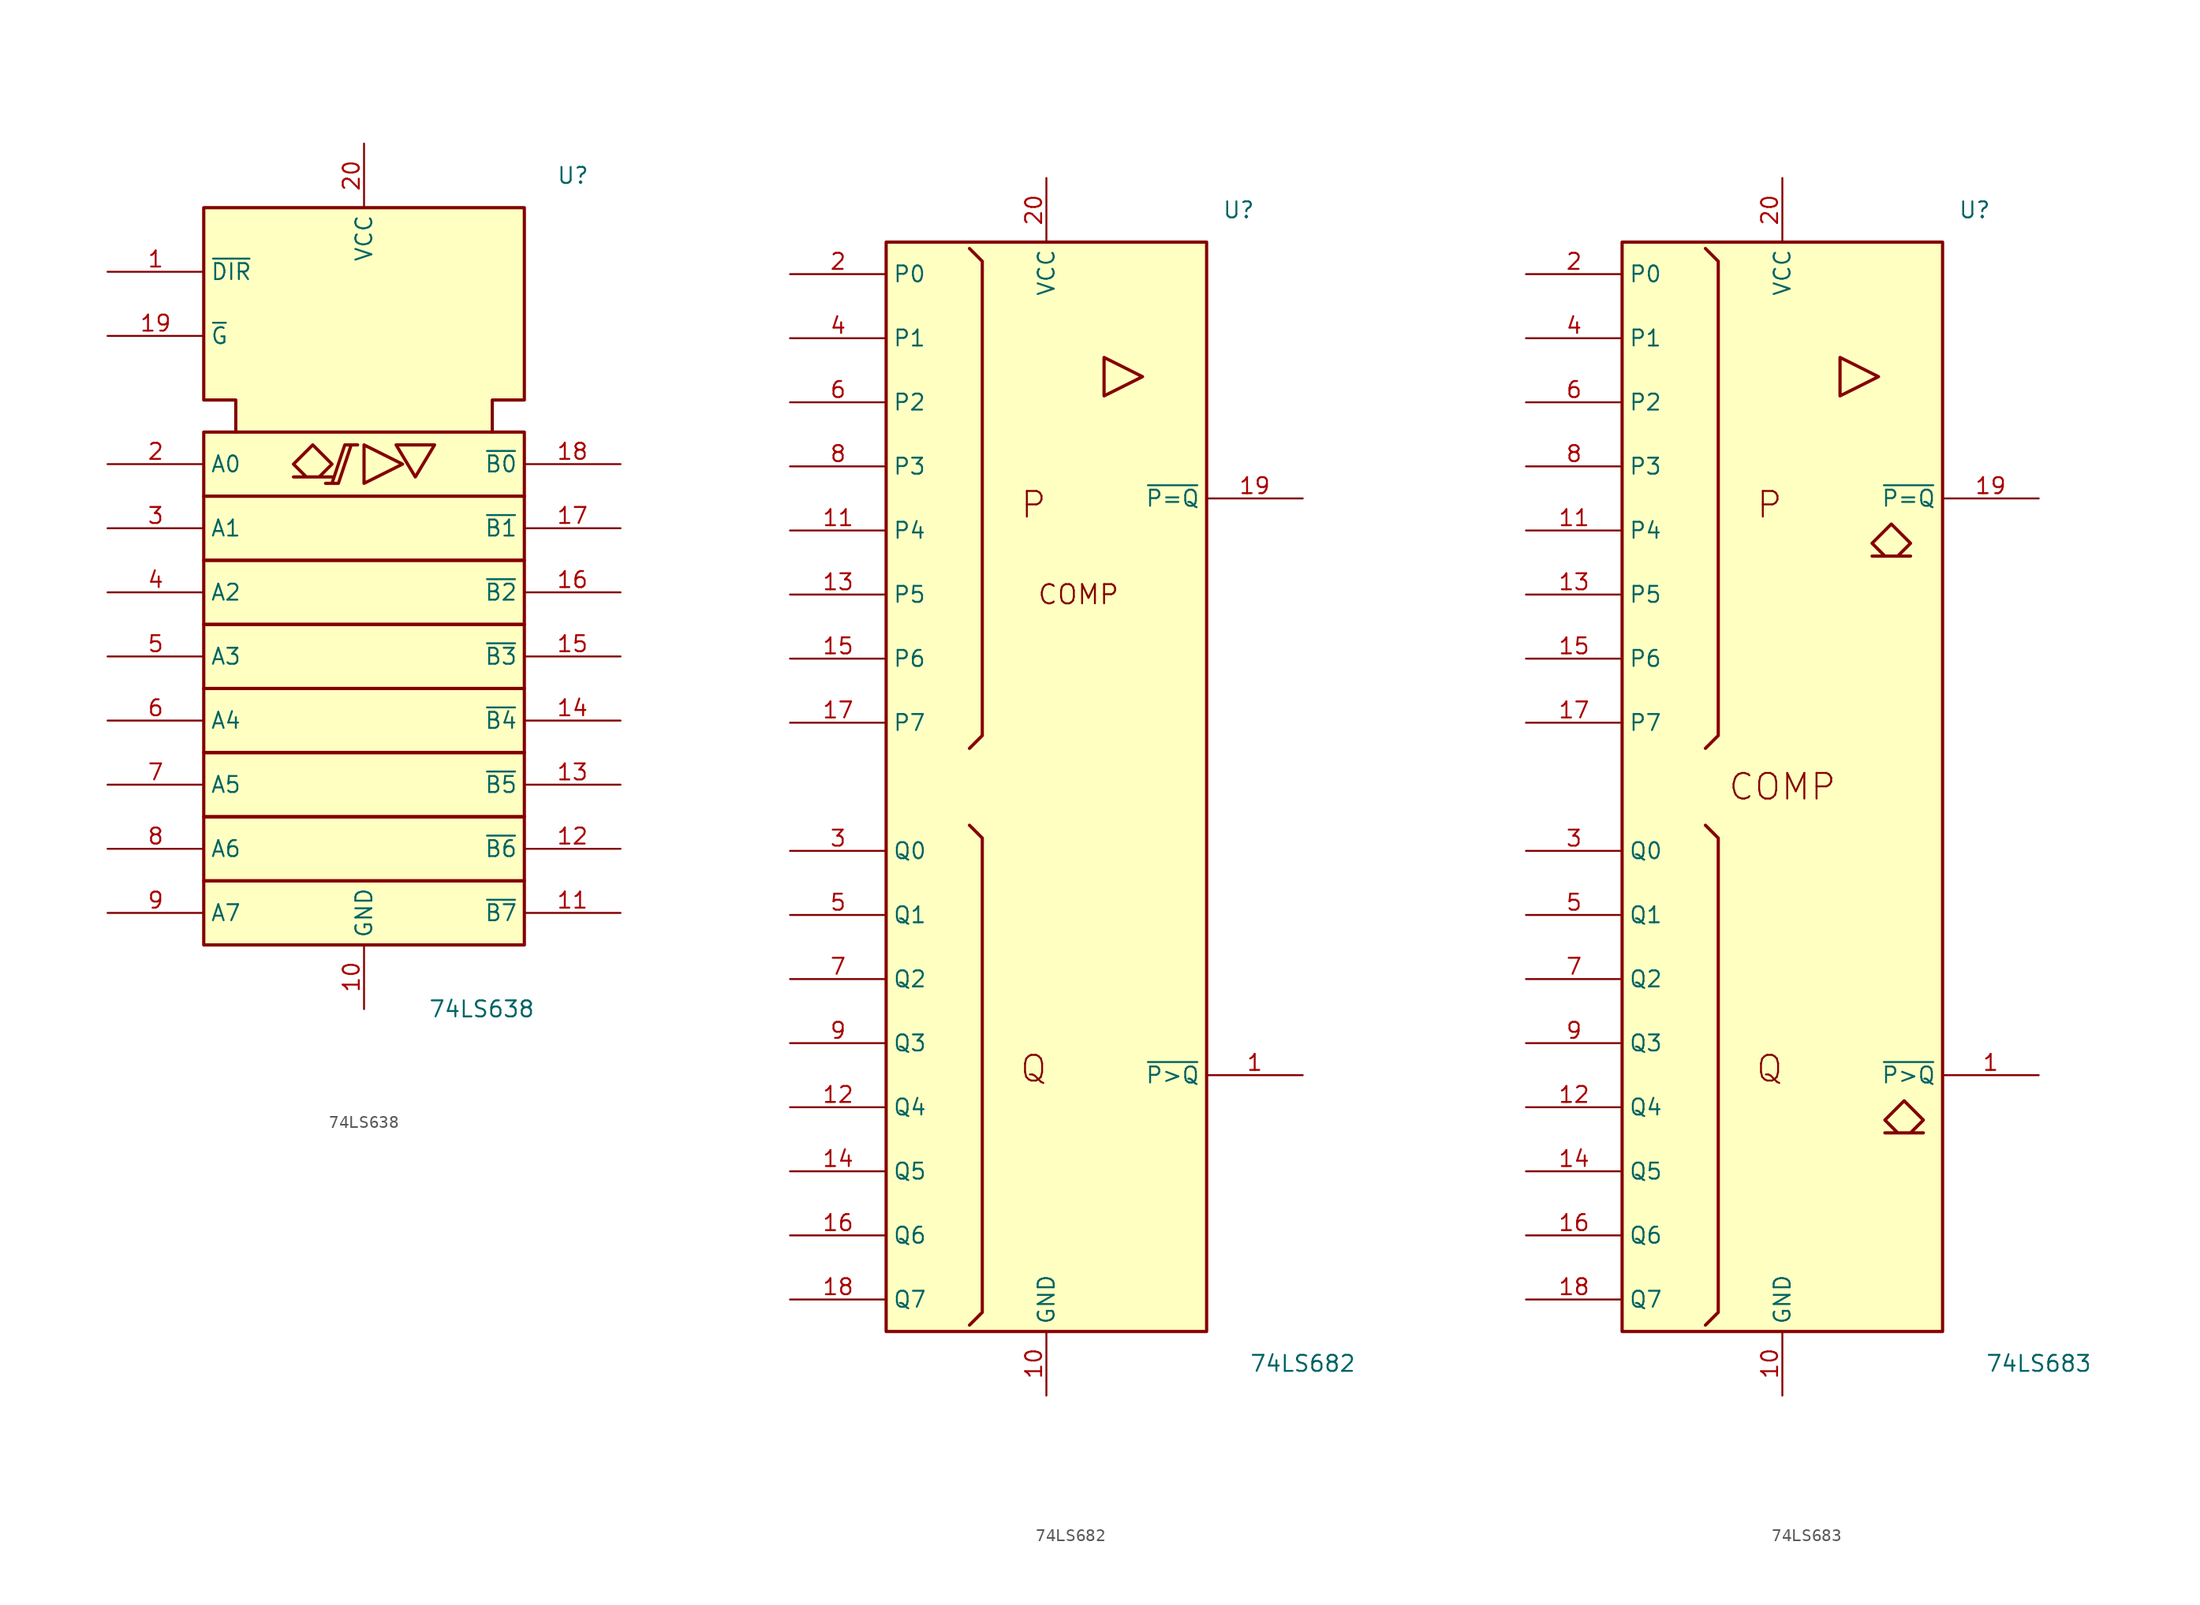
<source format=kicad_sym>
(kicad_symbol_lib
  (version 20231120)
  (generator "kicad_symbol_editor")
  (generator_version "8.0")
  (symbol "74LS638"
    (property "Reference" "U"
      (at 15.24 35.56 0)
      (effects (font (size 1.27 1.27)) (justify left)))
    (property "Value" "74LS638"
      (at 5.08 -30.48 0)
      (effects (font (size 1.27 1.27)) (justify left)))
    (symbol "74LS638_0_0"
      (polyline (pts (xy 0 14.224) (xy 0 11.176) (xy 3.048 12.7) (xy 0 14.224) (xy 0 14.224)) (stroke (width 0.254) (type default)) (fill (type background)))
      (polyline (pts (xy 2.54 14.224) (xy 5.588 14.224) (xy 4.064 11.684) (xy 2.54 14.224) (xy 2.54 14.224)) (stroke (width 0.254) (type default)) (fill (type background)))
      (polyline (pts (xy -3.048 11.176) (xy -2.032 11.176) (xy -1.016 14.224) (xy -0.508 14.224) (xy -1.524 14.224) (xy -2.54 11.176) (xy -2.54 11.176)) (stroke (width 0.254) (type default)) (fill (type background)))
      (polyline (pts (xy -4.064 14.224) (xy -5.588 12.7) (xy -4.572 11.684) (xy -5.588 11.684) (xy -2.54 11.684) (xy -3.556 11.684) (xy -2.54 12.7) (xy -4.064 14.224) (xy -4.064 14.224)) (stroke (width 0.254) (type default)) (fill (type background)))
      (pin power_in line (at 0 -30.48 90) (length 5.08) (name "GND" (effects (font (size 1.27 1.27)))) (number "10" (effects (font (size 1.27 1.27)))))
      (pin power_in line (at 0 38.1 270) (length 5.08) (name "VCC" (effects (font (size 1.27 1.27)))) (number "20" (effects (font (size 1.27 1.27))))))
    (symbol "74LS638_0_1"
      (rectangle (start -12.7 -20.32) (end 12.7 -25.4) (stroke (width 0.254) (type default)) (fill (type background)))
      (rectangle (start -12.7 -15.24) (end 12.7 -20.32) (stroke (width 0.254) (type default)) (fill (type background)))
      (rectangle (start -12.7 -10.16) (end 12.7 -15.24) (stroke (width 0.254) (type default)) (fill (type background)))
      (rectangle (start -12.7 -5.08) (end 12.7 -10.16) (stroke (width 0.254) (type default)) (fill (type background)))
      (rectangle (start -12.7 0) (end 12.7 -5.08) (stroke (width 0.254) (type default)) (fill (type background)))
      (rectangle (start -12.7 5.08) (end 12.7 0) (stroke (width 0.254) (type default)) (fill (type background)))
      (rectangle (start -12.7 10.16) (end 12.7 5.08) (stroke (width 0.254) (type default)) (fill (type background)))
      (rectangle (start -12.7 15.24) (end 12.7 10.16) (stroke (width 0.254) (type default)) (fill (type background)))
      (polyline (pts (xy -10.16 15.24) (xy -10.16 17.78) (xy -12.7 17.78) (xy -12.7 33.02) (xy 12.7 33.02) (xy 12.7 17.78) (xy 10.16 17.78) (xy 10.16 15.24) (xy 10.16 15.24)) (stroke (width 0.254) (type default)) (fill (type background))))
    (symbol "74LS638_1_1"
      (pin input line (at -20.32 27.94 0) (length 7.62) (name "~{DIR}" (effects (font (size 1.27 1.27)))) (number "1" (effects (font (size 1.27 1.27)))))
      (pin tri_state line (at 20.32 -22.86 180) (length 7.62) (name "~{B7}" (effects (font (size 1.27 1.27)))) (number "11" (effects (font (size 1.27 1.27)))))
      (pin tri_state line (at 20.32 -17.78 180) (length 7.62) (name "~{B6}" (effects (font (size 1.27 1.27)))) (number "12" (effects (font (size 1.27 1.27)))))
      (pin tri_state line (at 20.32 -12.7 180) (length 7.62) (name "~{B5}" (effects (font (size 1.27 1.27)))) (number "13" (effects (font (size 1.27 1.27)))))
      (pin tri_state line (at 20.32 -7.62 180) (length 7.62) (name "~{B4}" (effects (font (size 1.27 1.27)))) (number "14" (effects (font (size 1.27 1.27)))))
      (pin tri_state line (at 20.32 -2.54 180) (length 7.62) (name "~{B3}" (effects (font (size 1.27 1.27)))) (number "15" (effects (font (size 1.27 1.27)))))
      (pin tri_state line (at 20.32 2.54 180) (length 7.62) (name "~{B2}" (effects (font (size 1.27 1.27)))) (number "16" (effects (font (size 1.27 1.27)))))
      (pin tri_state line (at 20.32 7.62 180) (length 7.62) (name "~{B1}" (effects (font (size 1.27 1.27)))) (number "17" (effects (font (size 1.27 1.27)))))
      (pin tri_state line (at 20.32 12.7 180) (length 7.62) (name "~{B0}" (effects (font (size 1.27 1.27)))) (number "18" (effects (font (size 1.27 1.27)))))
      (pin input line (at -20.32 22.86 0) (length 7.62) (name "~{G}" (effects (font (size 1.27 1.27)))) (number "19" (effects (font (size 1.27 1.27)))))
      (pin tri_state line (at -20.32 12.7 0) (length 7.62) (name "A0" (effects (font (size 1.27 1.27)))) (number "2" (effects (font (size 1.27 1.27)))))
      (pin tri_state line (at -20.32 7.62 0) (length 7.62) (name "A1" (effects (font (size 1.27 1.27)))) (number "3" (effects (font (size 1.27 1.27)))))
      (pin tri_state line (at -20.32 2.54 0) (length 7.62) (name "A2" (effects (font (size 1.27 1.27)))) (number "4" (effects (font (size 1.27 1.27)))))
      (pin tri_state line (at -20.32 -2.54 0) (length 7.62) (name "A3" (effects (font (size 1.27 1.27)))) (number "5" (effects (font (size 1.27 1.27)))))
      (pin tri_state line (at -20.32 -7.62 0) (length 7.62) (name "A4" (effects (font (size 1.27 1.27)))) (number "6" (effects (font (size 1.27 1.27)))))
      (pin tri_state line (at -20.32 -12.7 0) (length 7.62) (name "A5" (effects (font (size 1.27 1.27)))) (number "7" (effects (font (size 1.27 1.27)))))
      (pin tri_state line (at -20.32 -17.78 0) (length 7.62) (name "A6" (effects (font (size 1.27 1.27)))) (number "8" (effects (font (size 1.27 1.27)))))
      (pin tri_state line (at -20.32 -22.86 0) (length 7.62) (name "A7" (effects (font (size 1.27 1.27)))) (number "9" (effects (font (size 1.27 1.27)))))))
  (symbol "74LS682"
    (property "Reference" "U"
      (at 15.24 45.72 0)
      (effects (font (size 1.27 1.27))))
    (property "Value" "74LS682"
      (at 20.32 -45.72 0)
      (effects (font (size 1.27 1.27))))
    (symbol "74LS682_0_0"
      (polyline (pts (xy 4.572 34.036) (xy 4.572 30.988) (xy 7.62 32.512) (xy 4.572 34.036) (xy 4.572 34.036)) (stroke (width 0.254) (type default)) (fill (type background)))
      (text "COMP" (at 2.54 15.24 0) (effects (font (size 1.524 1.524))))
      (text "P" (at -1.016 22.352 0) (effects (font (size 2.032 2.032))))
      (text "Q" (at -1.016 -22.352 0) (effects (font (size 2.032 2.032)))))
    (symbol "74LS682_0_1"
      (rectangle (start -12.7 43.18) (end 12.7 -43.18) (stroke (width 0.254) (type default)) (fill (type background)))
      (polyline (pts (xy -6.096 -3.048) (xy -5.08 -4.064) (xy -5.08 -41.656) (xy -6.096 -42.672) (xy -6.096 -42.672)) (stroke (width 0.254) (type default)) (fill (type background)))
      (polyline (pts (xy -6.096 42.672) (xy -5.08 41.656) (xy -5.08 4.064) (xy -6.096 3.048) (xy -6.096 3.048)) (stroke (width 0.254) (type default)) (fill (type background)))
      (pin power_in line (at 0 -48.26 90) (length 5.08) (name "GND" (effects (font (size 1.27 1.27)))) (number "10" (effects (font (size 1.27 1.27))))))
    (symbol "74LS682_1_1"
      (pin output line (at 20.32 -22.86 180) (length 7.62) (name "~{P>Q}" (effects (font (size 1.27 1.27)))) (number "1" (effects (font (size 1.27 1.27)))))
      (pin input line (at -20.32 20.32 0) (length 7.62) (name "P4" (effects (font (size 1.27 1.27)))) (number "11" (effects (font (size 1.27 1.27)))))
      (pin input line (at -20.32 -25.4 0) (length 7.62) (name "Q4" (effects (font (size 1.27 1.27)))) (number "12" (effects (font (size 1.27 1.27)))))
      (pin input line (at -20.32 15.24 0) (length 7.62) (name "P5" (effects (font (size 1.27 1.27)))) (number "13" (effects (font (size 1.27 1.27)))))
      (pin input line (at -20.32 -30.48 0) (length 7.62) (name "Q5" (effects (font (size 1.27 1.27)))) (number "14" (effects (font (size 1.27 1.27)))))
      (pin input line (at -20.32 10.16 0) (length 7.62) (name "P6" (effects (font (size 1.27 1.27)))) (number "15" (effects (font (size 1.27 1.27)))))
      (pin input line (at -20.32 -35.56 0) (length 7.62) (name "Q6" (effects (font (size 1.27 1.27)))) (number "16" (effects (font (size 1.27 1.27)))))
      (pin input line (at -20.32 5.08 0) (length 7.62) (name "P7" (effects (font (size 1.27 1.27)))) (number "17" (effects (font (size 1.27 1.27)))))
      (pin input line (at -20.32 -40.64 0) (length 7.62) (name "Q7" (effects (font (size 1.27 1.27)))) (number "18" (effects (font (size 1.27 1.27)))))
      (pin output line (at 20.32 22.86 180) (length 7.62) (name "~{P=Q}" (effects (font (size 1.27 1.27)))) (number "19" (effects (font (size 1.27 1.27)))))
      (pin input line (at -20.32 40.64 0) (length 7.62) (name "P0" (effects (font (size 1.27 1.27)))) (number "2" (effects (font (size 1.27 1.27)))))
      (pin power_in line (at 0 48.26 270) (length 5.08) (name "VCC" (effects (font (size 1.27 1.27)))) (number "20" (effects (font (size 1.27 1.27)))))
      (pin input line (at -20.32 -5.08 0) (length 7.62) (name "Q0" (effects (font (size 1.27 1.27)))) (number "3" (effects (font (size 1.27 1.27)))))
      (pin input line (at -20.32 35.56 0) (length 7.62) (name "P1" (effects (font (size 1.27 1.27)))) (number "4" (effects (font (size 1.27 1.27)))))
      (pin input line (at -20.32 -10.16 0) (length 7.62) (name "Q1" (effects (font (size 1.27 1.27)))) (number "5" (effects (font (size 1.27 1.27)))))
      (pin input line (at -20.32 30.48 0) (length 7.62) (name "P2" (effects (font (size 1.27 1.27)))) (number "6" (effects (font (size 1.27 1.27)))))
      (pin input line (at -20.32 -15.24 0) (length 7.62) (name "Q2" (effects (font (size 1.27 1.27)))) (number "7" (effects (font (size 1.27 1.27)))))
      (pin input line (at -20.32 25.4 0) (length 7.62) (name "P3" (effects (font (size 1.27 1.27)))) (number "8" (effects (font (size 1.27 1.27)))))
      (pin input line (at -20.32 -20.32 0) (length 7.62) (name "Q3" (effects (font (size 1.27 1.27)))) (number "9" (effects (font (size 1.27 1.27)))))))
  (symbol "74LS683"
    (property "Reference" "U"
      (at 15.24 45.72 0)
      (effects (font (size 1.27 1.27))))
    (property "Value" "74LS683"
      (at 20.32 -45.72 0)
      (effects (font (size 1.27 1.27))))
    (symbol "74LS683_0_0"
      (polyline (pts (xy 4.572 34.036) (xy 4.572 30.988) (xy 7.62 32.512) (xy 4.572 34.036) (xy 4.572 34.036)) (stroke (width 0.254) (type default)) (fill (type background)))
      (polyline (pts (xy 8.636 20.828) (xy 10.16 19.304) (xy 9.144 18.288) (xy 10.16 18.288) (xy 7.112 18.288) (xy 8.128 18.288) (xy 7.112 19.304) (xy 8.636 20.828) (xy 8.636 20.828)) (stroke (width 0.254) (type default)) (fill (type background)))
      (polyline (pts (xy 9.652 -24.892) (xy 11.176 -26.416) (xy 10.16 -27.432) (xy 11.176 -27.432) (xy 8.128 -27.432) (xy 9.144 -27.432) (xy 8.128 -26.416) (xy 9.652 -24.892) (xy 9.652 -24.892)) (stroke (width 0.254) (type default)) (fill (type background)))
      (text "COMP" (at 0 0 0) (effects (font (size 2.032 2.032))))
      (text "P" (at -1.016 22.352 0) (effects (font (size 2.032 2.032))))
      (text "Q" (at -1.016 -22.352 0) (effects (font (size 2.032 2.032)))))
    (symbol "74LS683_0_1"
      (rectangle (start -12.7 43.18) (end 12.7 -43.18) (stroke (width 0.254) (type default)) (fill (type background)))
      (polyline (pts (xy -6.096 -3.048) (xy -5.08 -4.064) (xy -5.08 -41.656) (xy -6.096 -42.672) (xy -6.096 -42.672)) (stroke (width 0.254) (type default)) (fill (type background)))
      (polyline (pts (xy -6.096 42.672) (xy -5.08 41.656) (xy -5.08 4.064) (xy -6.096 3.048) (xy -6.096 3.048)) (stroke (width 0.254) (type default)) (fill (type background))))
    (symbol "74LS683_1_1"
      (pin output line (at 20.32 -22.86 180) (length 7.62) (name "~{P>Q}" (effects (font (size 1.27 1.27)))) (number "1" (effects (font (size 1.27 1.27)))))
      (pin power_in line (at 0 -48.26 90) (length 5.08) (name "GND" (effects (font (size 1.27 1.27)))) (number "10" (effects (font (size 1.27 1.27)))))
      (pin input line (at -20.32 20.32 0) (length 7.62) (name "P4" (effects (font (size 1.27 1.27)))) (number "11" (effects (font (size 1.27 1.27)))))
      (pin input line (at -20.32 -25.4 0) (length 7.62) (name "Q4" (effects (font (size 1.27 1.27)))) (number "12" (effects (font (size 1.27 1.27)))))
      (pin input line (at -20.32 15.24 0) (length 7.62) (name "P5" (effects (font (size 1.27 1.27)))) (number "13" (effects (font (size 1.27 1.27)))))
      (pin input line (at -20.32 -30.48 0) (length 7.62) (name "Q5" (effects (font (size 1.27 1.27)))) (number "14" (effects (font (size 1.27 1.27)))))
      (pin input line (at -20.32 10.16 0) (length 7.62) (name "P6" (effects (font (size 1.27 1.27)))) (number "15" (effects (font (size 1.27 1.27)))))
      (pin input line (at -20.32 -35.56 0) (length 7.62) (name "Q6" (effects (font (size 1.27 1.27)))) (number "16" (effects (font (size 1.27 1.27)))))
      (pin input line (at -20.32 5.08 0) (length 7.62) (name "P7" (effects (font (size 1.27 1.27)))) (number "17" (effects (font (size 1.27 1.27)))))
      (pin input line (at -20.32 -40.64 0) (length 7.62) (name "Q7" (effects (font (size 1.27 1.27)))) (number "18" (effects (font (size 1.27 1.27)))))
      (pin output line (at 20.32 22.86 180) (length 7.62) (name "~{P=Q}" (effects (font (size 1.27 1.27)))) (number "19" (effects (font (size 1.27 1.27)))))
      (pin input line (at -20.32 40.64 0) (length 7.62) (name "P0" (effects (font (size 1.27 1.27)))) (number "2" (effects (font (size 1.27 1.27)))))
      (pin power_in line (at 0 48.26 270) (length 5.08) (name "VCC" (effects (font (size 1.27 1.27)))) (number "20" (effects (font (size 1.27 1.27)))))
      (pin input line (at -20.32 -5.08 0) (length 7.62) (name "Q0" (effects (font (size 1.27 1.27)))) (number "3" (effects (font (size 1.27 1.27)))))
      (pin input line (at -20.32 35.56 0) (length 7.62) (name "P1" (effects (font (size 1.27 1.27)))) (number "4" (effects (font (size 1.27 1.27)))))
      (pin input line (at -20.32 -10.16 0) (length 7.62) (name "Q1" (effects (font (size 1.27 1.27)))) (number "5" (effects (font (size 1.27 1.27)))))
      (pin input line (at -20.32 30.48 0) (length 7.62) (name "P2" (effects (font (size 1.27 1.27)))) (number "6" (effects (font (size 1.27 1.27)))))
      (pin input line (at -20.32 -15.24 0) (length 7.62) (name "Q2" (effects (font (size 1.27 1.27)))) (number "7" (effects (font (size 1.27 1.27)))))
      (pin input line (at -20.32 25.4 0) (length 7.62) (name "P3" (effects (font (size 1.27 1.27)))) (number "8" (effects (font (size 1.27 1.27)))))
      (pin input line (at -20.32 -20.32 0) (length 7.62) (name "Q3" (effects (font (size 1.27 1.27)))) (number "9" (effects (font (size 1.27 1.27))))))))
</source>
